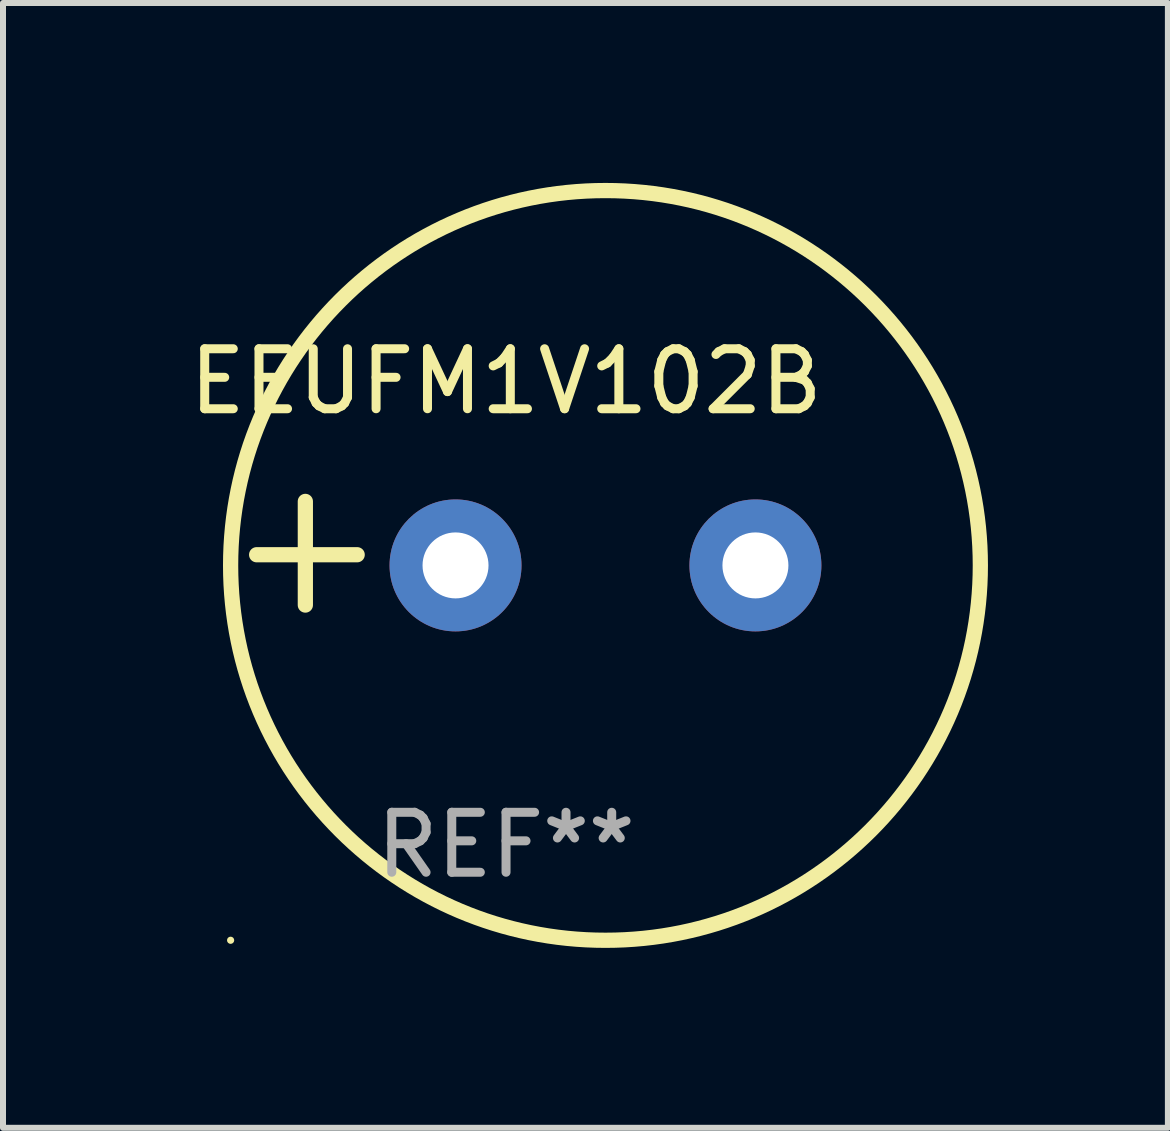
<source format=kicad_pcb>
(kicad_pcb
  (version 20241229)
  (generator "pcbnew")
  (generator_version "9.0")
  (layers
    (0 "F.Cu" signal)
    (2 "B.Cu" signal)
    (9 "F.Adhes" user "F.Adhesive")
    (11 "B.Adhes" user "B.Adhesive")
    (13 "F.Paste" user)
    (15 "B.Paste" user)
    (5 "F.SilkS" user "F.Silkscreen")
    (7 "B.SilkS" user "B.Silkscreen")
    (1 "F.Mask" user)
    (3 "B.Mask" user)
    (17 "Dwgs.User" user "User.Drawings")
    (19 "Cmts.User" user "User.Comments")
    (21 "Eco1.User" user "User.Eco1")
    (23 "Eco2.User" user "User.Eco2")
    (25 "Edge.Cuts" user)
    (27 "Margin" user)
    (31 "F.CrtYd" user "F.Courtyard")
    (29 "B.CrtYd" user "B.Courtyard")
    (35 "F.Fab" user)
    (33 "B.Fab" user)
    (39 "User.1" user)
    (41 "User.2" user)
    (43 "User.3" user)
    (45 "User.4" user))
  (footprint "EEUFM1V102B"
    (layer "F.Cu")
    (at 5.387 6.174)
    (property "Reference" "EEUFM1V102B" (at 0 -2.864 0) (layer "F.SilkS") (effects (font (size 1 1) (thickness 0.15))))
    (attr through_hole)
    (fp_line (start -3.346 0.864) (end -3.346 -0.864) (stroke (width 0.254) (type solid)) (layer "F.SilkS"))
    (fp_line (start -2.482 0.025) (end -4.158 0.025) (stroke (width 0.254) (type solid)) (layer "F.SilkS"))
    (fp_circle (center -4.592 6.453) (end -4.562 6.453) (stroke (width 0.06) (type solid)) (fill no) (layer "F.SilkS"))
    (fp_circle (center 1.658 0.203) (end 7.908 0.203) (stroke (width 0.254) (type solid)) (fill no) (layer "F.SilkS"))
    (fp_text user "REF**" (at 0 4.864 0) (layer "F.Fab") (effects (font (size 1 1) (thickness 0.15))))
    (pad "1" thru_hole circle (at -0.842 0.203) (size 2.2 2.2) (drill 1.1) (layers "*.Cu" "*.Mask"))
    (pad "2" thru_hole circle (at 4.158 0.203) (size 2.2 2.2) (drill 1.1) (layers "*.Cu" "*.Mask")))
  (gr_rect
    (start -3 -3)
    (end 16.422 15.754)
    (stroke (width 0.1) (type default))
    (fill no)
    (layer "Edge.Cuts")))
</source>
